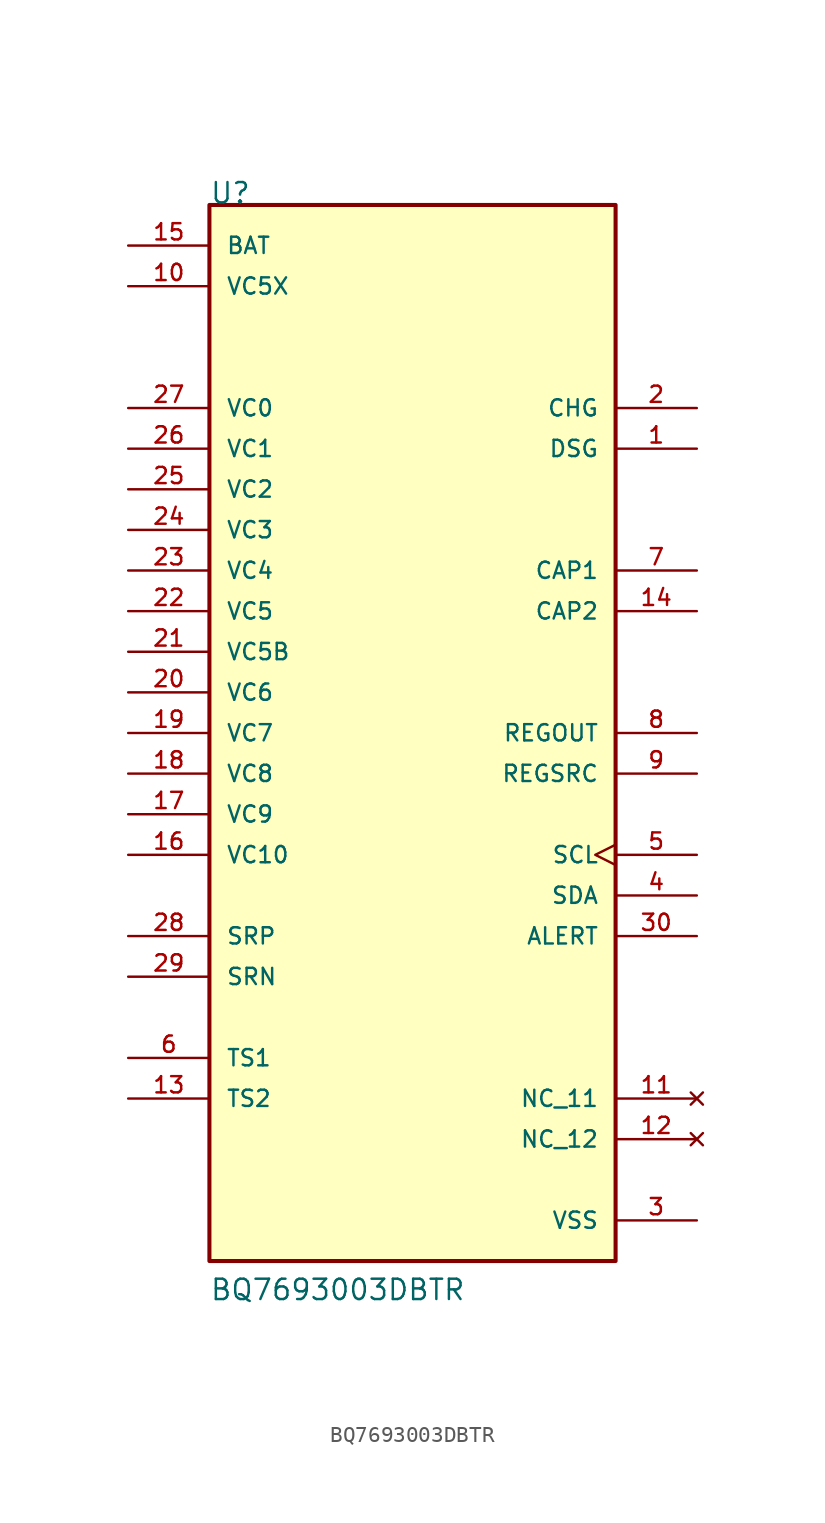
<source format=kicad_sym>
(kicad_symbol_lib
  (version 20211014)
  (generator kicad_symbol_editor)
  (symbol "BQ7693003DBTR"
    (pin_names
      (offset 1.016))
    (property "Reference" "U"
      (at -12.7 33.02 0)
      (effects (font (size 1.27 1.27)) (justify bottom left)))
    (property "Value" "BQ7693003DBTR"
      (at -12.7 -35.56 0)
      (effects (font (size 1.27 1.27)) (justify bottom left)))
    (symbol "BQ7693003DBTR_0_0"
      (rectangle (start -12.7 -33.02) (end 12.7 33.02) (stroke (width 0.254)) (fill (type background)))
      (pin input line (at -17.78 20.32 0) (length 5.08) (name "VC0" (effects (font (size 1.016 1.016)))) (number "27" (effects (font (size 1.016 1.016)))))
      (pin input line (at -17.78 17.78 0) (length 5.08) (name "VC1" (effects (font (size 1.016 1.016)))) (number "26" (effects (font (size 1.016 1.016)))))
      (pin input line (at -17.78 15.24 0) (length 5.08) (name "VC2" (effects (font (size 1.016 1.016)))) (number "25" (effects (font (size 1.016 1.016)))))
      (pin input line (at -17.78 12.7 0) (length 5.08) (name "VC3" (effects (font (size 1.016 1.016)))) (number "24" (effects (font (size 1.016 1.016)))))
      (pin input line (at -17.78 10.16 0) (length 5.08) (name "VC4" (effects (font (size 1.016 1.016)))) (number "23" (effects (font (size 1.016 1.016)))))
      (pin input line (at -17.78 7.62 0) (length 5.08) (name "VC5" (effects (font (size 1.016 1.016)))) (number "22" (effects (font (size 1.016 1.016)))))
      (pin input line (at -17.78 2.54 0) (length 5.08) (name "VC6" (effects (font (size 1.016 1.016)))) (number "20" (effects (font (size 1.016 1.016)))))
      (pin input line (at -17.78 0.0 0) (length 5.08) (name "VC7" (effects (font (size 1.016 1.016)))) (number "19" (effects (font (size 1.016 1.016)))))
      (pin input line (at -17.78 -2.54 0) (length 5.08) (name "VC8" (effects (font (size 1.016 1.016)))) (number "18" (effects (font (size 1.016 1.016)))))
      (pin input line (at -17.78 -5.08 0) (length 5.08) (name "VC9" (effects (font (size 1.016 1.016)))) (number "17" (effects (font (size 1.016 1.016)))))
      (pin input line (at -17.78 -7.62 0) (length 5.08) (name "VC10" (effects (font (size 1.016 1.016)))) (number "16" (effects (font (size 1.016 1.016)))))
      (pin output line (at 17.78 17.78 180.0) (length 5.08) (name "DSG" (effects (font (size 1.016 1.016)))) (number "1" (effects (font (size 1.016 1.016)))))
      (pin output line (at 17.78 20.32 180.0) (length 5.08) (name "CHG" (effects (font (size 1.016 1.016)))) (number "2" (effects (font (size 1.016 1.016)))))
      (pin power_in line (at 17.78 -30.48 180.0) (length 5.08) (name "VSS" (effects (font (size 1.016 1.016)))) (number "3" (effects (font (size 1.016 1.016)))))
      (pin bidirectional line (at 17.78 -10.16 180.0) (length 5.08) (name "SDA" (effects (font (size 1.016 1.016)))) (number "4" (effects (font (size 1.016 1.016)))))
      (pin input clock (at 17.78 -7.62 180.0) (length 5.08) (name "SCL" (effects (font (size 1.016 1.016)))) (number "5" (effects (font (size 1.016 1.016)))))
      (pin input line (at -17.78 -20.32 0) (length 5.08) (name "TS1" (effects (font (size 1.016 1.016)))) (number "6" (effects (font (size 1.016 1.016)))))
      (pin output line (at 17.78 10.16 180.0) (length 5.08) (name "CAP1" (effects (font (size 1.016 1.016)))) (number "7" (effects (font (size 1.016 1.016)))))
      (pin power_in line (at 17.78 0.0 180.0) (length 5.08) (name "REGOUT" (effects (font (size 1.016 1.016)))) (number "8" (effects (font (size 1.016 1.016)))))
      (pin input line (at 17.78 -2.54 180.0) (length 5.08) (name "REGSRC" (effects (font (size 1.016 1.016)))) (number "9" (effects (font (size 1.016 1.016)))))
      (pin power_in line (at -17.78 27.94 0) (length 5.08) (name "VC5X" (effects (font (size 1.016 1.016)))) (number "10" (effects (font (size 1.016 1.016)))))
      (pin no_connect line (at 17.78 -22.86 180.0) (length 5.08) (name "NC_11" (effects (font (size 1.016 1.016)))) (number "11" (effects (font (size 1.016 1.016)))))
      (pin no_connect line (at 17.78 -25.4 180.0) (length 5.08) (name "NC_12" (effects (font (size 1.016 1.016)))) (number "12" (effects (font (size 1.016 1.016)))))
      (pin input line (at -17.78 -22.86 0) (length 5.08) (name "TS2" (effects (font (size 1.016 1.016)))) (number "13" (effects (font (size 1.016 1.016)))))
      (pin output line (at 17.78 7.62 180.0) (length 5.08) (name "CAP2" (effects (font (size 1.016 1.016)))) (number "14" (effects (font (size 1.016 1.016)))))
      (pin power_in line (at -17.78 30.48 0) (length 5.08) (name "BAT" (effects (font (size 1.016 1.016)))) (number "15" (effects (font (size 1.016 1.016)))))
      (pin input line (at -17.78 -12.7 0) (length 5.08) (name "SRP" (effects (font (size 1.016 1.016)))) (number "28" (effects (font (size 1.016 1.016)))))
      (pin input line (at -17.78 -15.24 0) (length 5.08) (name "SRN" (effects (font (size 1.016 1.016)))) (number "29" (effects (font (size 1.016 1.016)))))
      (pin bidirectional line (at 17.78 -12.7 180.0) (length 5.08) (name "ALERT" (effects (font (size 1.016 1.016)))) (number "30" (effects (font (size 1.016 1.016)))))
      (pin input line (at -17.78 5.08 0) (length 5.08) (name "VC5B" (effects (font (size 1.016 1.016)))) (number "21" (effects (font (size 1.016 1.016))))))))
</source>
